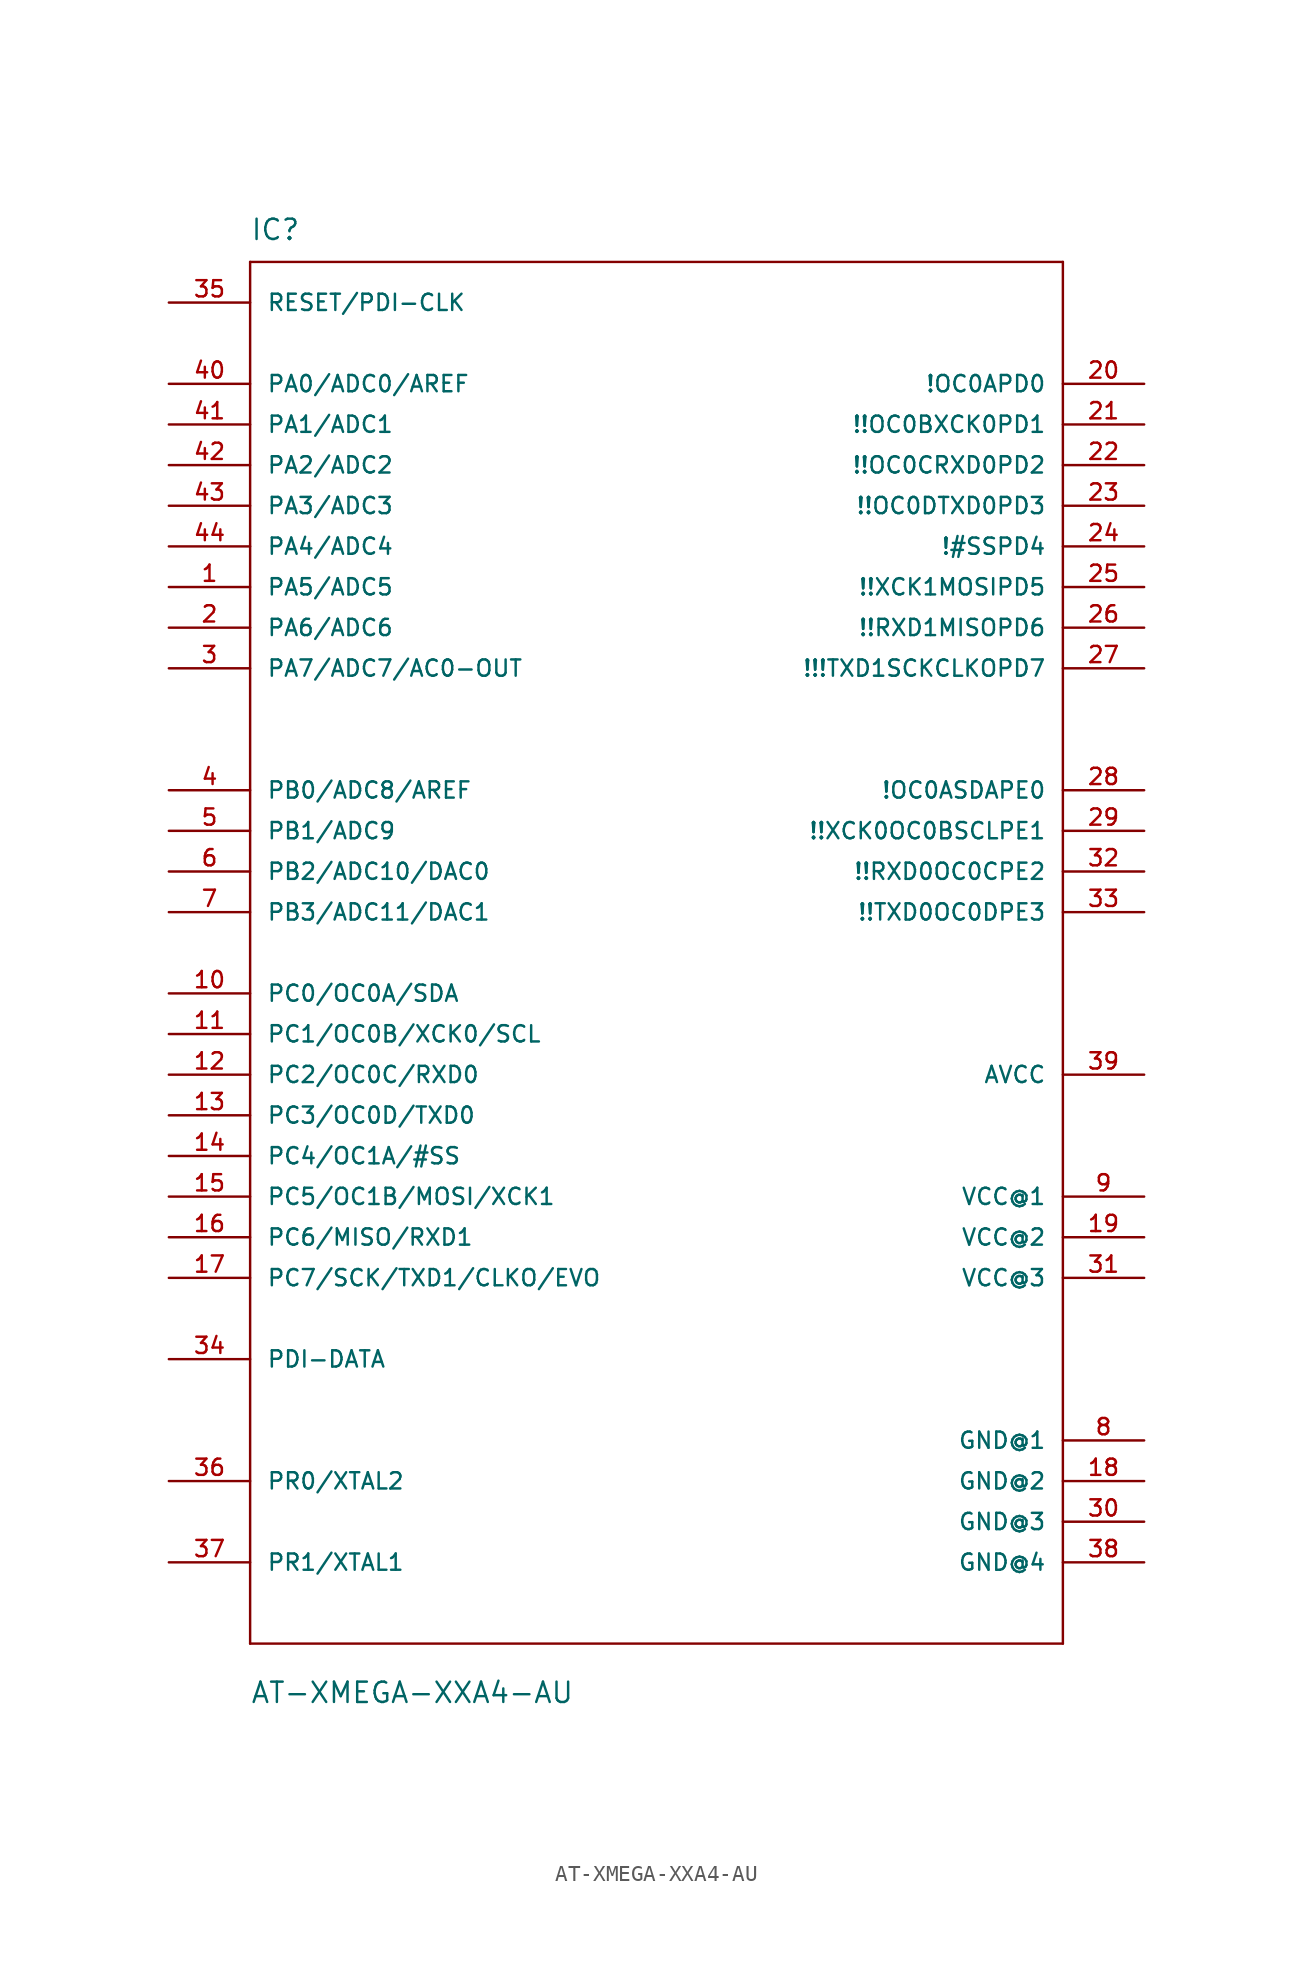
<source format=kicad_sym>
(kicad_symbol_lib
  (version 20231120)
  (generator "kicad_symbol_editor")
  (generator_version "8.0")
  (symbol "AT-XMEGA-XXA4-AU"
    (pin_names
      (offset 1.016))
    (property "Reference" "IC"
      (at -25.4 44.45 0)
      (effects (font (size 1.27 1.27)) (justify left bottom)))
    (property "Value" "AT-XMEGA-XXA4-AU"
      (at -25.4 -46.99 0)
      (effects (font (size 1.27 1.27)) (justify left bottom)))
    (property "Datasheet" ""
      (at 0 0 0)
      (effects (font (size 1.524 1.524))))
    (property "ki_locked" ""
      (at 0 0 0)
      (effects (font (size 1.27 1.27))))
    (symbol "AT-XMEGA-XXA4-AU_1_0"
      (polyline (pts (xy -25.4 -43.18) (xy -25.4 43.18)) (stroke (width 0) (type solid)) (fill (type none)))
      (polyline (pts (xy -25.4 43.18) (xy 25.4 43.18)) (stroke (width 0) (type solid)) (fill (type none)))
      (polyline (pts (xy 25.4 -43.18) (xy -25.4 -43.18)) (stroke (width 0) (type solid)) (fill (type none)))
      (polyline (pts (xy 25.4 43.18) (xy 25.4 -43.18)) (stroke (width 0) (type solid)) (fill (type none))))
    (symbol "AT-XMEGA-XXA4-AU_1_1"
      (pin bidirectional line (at -30.48 22.86 0) (length 5.08) (name "PA5/ADC5" (effects (font (size 1.016 1.016)))) (number "1" (effects (font (size 1.016 1.016)))))
      (pin bidirectional line (at -30.48 -2.54 0) (length 5.08) (name "PC0/OC0A/SDA" (effects (font (size 1.016 1.016)))) (number "10" (effects (font (size 1.016 1.016)))))
      (pin bidirectional line (at -30.48 -5.08 0) (length 5.08) (name "PC1/OC0B/XCK0/SCL" (effects (font (size 1.016 1.016)))) (number "11" (effects (font (size 1.016 1.016)))))
      (pin bidirectional line (at -30.48 -7.62 0) (length 5.08) (name "PC2/OC0C/RXD0" (effects (font (size 1.016 1.016)))) (number "12" (effects (font (size 1.016 1.016)))))
      (pin bidirectional line (at -30.48 -10.16 0) (length 5.08) (name "PC3/OC0D/TXD0" (effects (font (size 1.016 1.016)))) (number "13" (effects (font (size 1.016 1.016)))))
      (pin bidirectional line (at -30.48 -12.7 0) (length 5.08) (name "PC4/OC1A/#SS" (effects (font (size 1.016 1.016)))) (number "14" (effects (font (size 1.016 1.016)))))
      (pin bidirectional line (at -30.48 -15.24 0) (length 5.08) (name "PC5/OC1B/MOSI/XCK1" (effects (font (size 1.016 1.016)))) (number "15" (effects (font (size 1.016 1.016)))))
      (pin bidirectional line (at -30.48 -17.78 0) (length 5.08) (name "PC6/MISO/RXD1" (effects (font (size 1.016 1.016)))) (number "16" (effects (font (size 1.016 1.016)))))
      (pin bidirectional line (at -30.48 -20.32 0) (length 5.08) (name "PC7/SCK/TXD1/CLKO/EVO" (effects (font (size 1.016 1.016)))) (number "17" (effects (font (size 1.016 1.016)))))
      (pin power_in line (at 30.48 -33.02 180) (length 5.08) (name "GND@2" (effects (font (size 1.016 1.016)))) (number "18" (effects (font (size 1.016 1.016)))))
      (pin power_in line (at 30.48 -17.78 180) (length 5.08) (name "VCC@2" (effects (font (size 1.016 1.016)))) (number "19" (effects (font (size 1.016 1.016)))))
      (pin bidirectional line (at -30.48 20.32 0) (length 5.08) (name "PA6/ADC6" (effects (font (size 1.016 1.016)))) (number "2" (effects (font (size 1.016 1.016)))))
      (pin bidirectional line (at 30.48 35.56 180) (length 5.08) (name "!OC0APD0" (effects (font (size 1.016 1.016)))) (number "20" (effects (font (size 1.016 1.016)))))
      (pin bidirectional line (at 30.48 33.02 180) (length 5.08) (name "!!OC0BXCK0PD1" (effects (font (size 1.016 1.016)))) (number "21" (effects (font (size 1.016 1.016)))))
      (pin bidirectional line (at 30.48 30.48 180) (length 5.08) (name "!!OC0CRXD0PD2" (effects (font (size 1.016 1.016)))) (number "22" (effects (font (size 1.016 1.016)))))
      (pin bidirectional line (at 30.48 27.94 180) (length 5.08) (name "!!OC0DTXD0PD3" (effects (font (size 1.016 1.016)))) (number "23" (effects (font (size 1.016 1.016)))))
      (pin bidirectional line (at 30.48 25.4 180) (length 5.08) (name "!#SSPD4" (effects (font (size 1.016 1.016)))) (number "24" (effects (font (size 1.016 1.016)))))
      (pin bidirectional line (at 30.48 22.86 180) (length 5.08) (name "!!XCK1MOSIPD5" (effects (font (size 1.016 1.016)))) (number "25" (effects (font (size 1.016 1.016)))))
      (pin bidirectional line (at 30.48 20.32 180) (length 5.08) (name "!!RXD1MISOPD6" (effects (font (size 1.016 1.016)))) (number "26" (effects (font (size 1.016 1.016)))))
      (pin bidirectional line (at 30.48 17.78 180) (length 5.08) (name "!!!TXD1SCKCLKOPD7" (effects (font (size 1.016 1.016)))) (number "27" (effects (font (size 1.016 1.016)))))
      (pin bidirectional line (at 30.48 10.16 180) (length 5.08) (name "!OC0ASDAPE0" (effects (font (size 1.016 1.016)))) (number "28" (effects (font (size 1.016 1.016)))))
      (pin bidirectional line (at 30.48 7.62 180) (length 5.08) (name "!!XCK0OC0BSCLPE1" (effects (font (size 1.016 1.016)))) (number "29" (effects (font (size 1.016 1.016)))))
      (pin bidirectional line (at -30.48 17.78 0) (length 5.08) (name "PA7/ADC7/AC0-OUT" (effects (font (size 1.016 1.016)))) (number "3" (effects (font (size 1.016 1.016)))))
      (pin power_in line (at 30.48 -35.56 180) (length 5.08) (name "GND@3" (effects (font (size 1.016 1.016)))) (number "30" (effects (font (size 1.016 1.016)))))
      (pin power_in line (at 30.48 -20.32 180) (length 5.08) (name "VCC@3" (effects (font (size 1.016 1.016)))) (number "31" (effects (font (size 1.016 1.016)))))
      (pin bidirectional line (at 30.48 5.08 180) (length 5.08) (name "!!RXD0OC0CPE2" (effects (font (size 1.016 1.016)))) (number "32" (effects (font (size 1.016 1.016)))))
      (pin bidirectional line (at 30.48 2.54 180) (length 5.08) (name "!!TXD0OC0DPE3" (effects (font (size 1.016 1.016)))) (number "33" (effects (font (size 1.016 1.016)))))
      (pin bidirectional line (at -30.48 -25.4 0) (length 5.08) (name "PDI-DATA" (effects (font (size 1.016 1.016)))) (number "34" (effects (font (size 1.016 1.016)))))
      (pin input line (at -30.48 40.64 0) (length 5.08) (name "RESET/PDI-CLK" (effects (font (size 1.016 1.016)))) (number "35" (effects (font (size 1.016 1.016)))))
      (pin bidirectional line (at -30.48 -33.02 0) (length 5.08) (name "PR0/XTAL2" (effects (font (size 1.016 1.016)))) (number "36" (effects (font (size 1.016 1.016)))))
      (pin bidirectional line (at -30.48 -38.1 0) (length 5.08) (name "PR1/XTAL1" (effects (font (size 1.016 1.016)))) (number "37" (effects (font (size 1.016 1.016)))))
      (pin power_in line (at 30.48 -38.1 180) (length 5.08) (name "GND@4" (effects (font (size 1.016 1.016)))) (number "38" (effects (font (size 1.016 1.016)))))
      (pin power_in line (at 30.48 -7.62 180) (length 5.08) (name "AVCC" (effects (font (size 1.016 1.016)))) (number "39" (effects (font (size 1.016 1.016)))))
      (pin bidirectional line (at -30.48 10.16 0) (length 5.08) (name "PB0/ADC8/AREF" (effects (font (size 1.016 1.016)))) (number "4" (effects (font (size 1.016 1.016)))))
      (pin bidirectional line (at -30.48 35.56 0) (length 5.08) (name "PA0/ADC0/AREF" (effects (font (size 1.016 1.016)))) (number "40" (effects (font (size 1.016 1.016)))))
      (pin bidirectional line (at -30.48 33.02 0) (length 5.08) (name "PA1/ADC1" (effects (font (size 1.016 1.016)))) (number "41" (effects (font (size 1.016 1.016)))))
      (pin bidirectional line (at -30.48 30.48 0) (length 5.08) (name "PA2/ADC2" (effects (font (size 1.016 1.016)))) (number "42" (effects (font (size 1.016 1.016)))))
      (pin bidirectional line (at -30.48 27.94 0) (length 5.08) (name "PA3/ADC3" (effects (font (size 1.016 1.016)))) (number "43" (effects (font (size 1.016 1.016)))))
      (pin bidirectional line (at -30.48 25.4 0) (length 5.08) (name "PA4/ADC4" (effects (font (size 1.016 1.016)))) (number "44" (effects (font (size 1.016 1.016)))))
      (pin bidirectional line (at -30.48 7.62 0) (length 5.08) (name "PB1/ADC9" (effects (font (size 1.016 1.016)))) (number "5" (effects (font (size 1.016 1.016)))))
      (pin bidirectional line (at -30.48 5.08 0) (length 5.08) (name "PB2/ADC10/DAC0" (effects (font (size 1.016 1.016)))) (number "6" (effects (font (size 1.016 1.016)))))
      (pin bidirectional line (at -30.48 2.54 0) (length 5.08) (name "PB3/ADC11/DAC1" (effects (font (size 1.016 1.016)))) (number "7" (effects (font (size 1.016 1.016)))))
      (pin power_in line (at 30.48 -30.48 180) (length 5.08) (name "GND@1" (effects (font (size 1.016 1.016)))) (number "8" (effects (font (size 1.016 1.016)))))
      (pin power_in line (at 30.48 -15.24 180) (length 5.08) (name "VCC@1" (effects (font (size 1.016 1.016)))) (number "9" (effects (font (size 1.016 1.016))))))))
</source>
